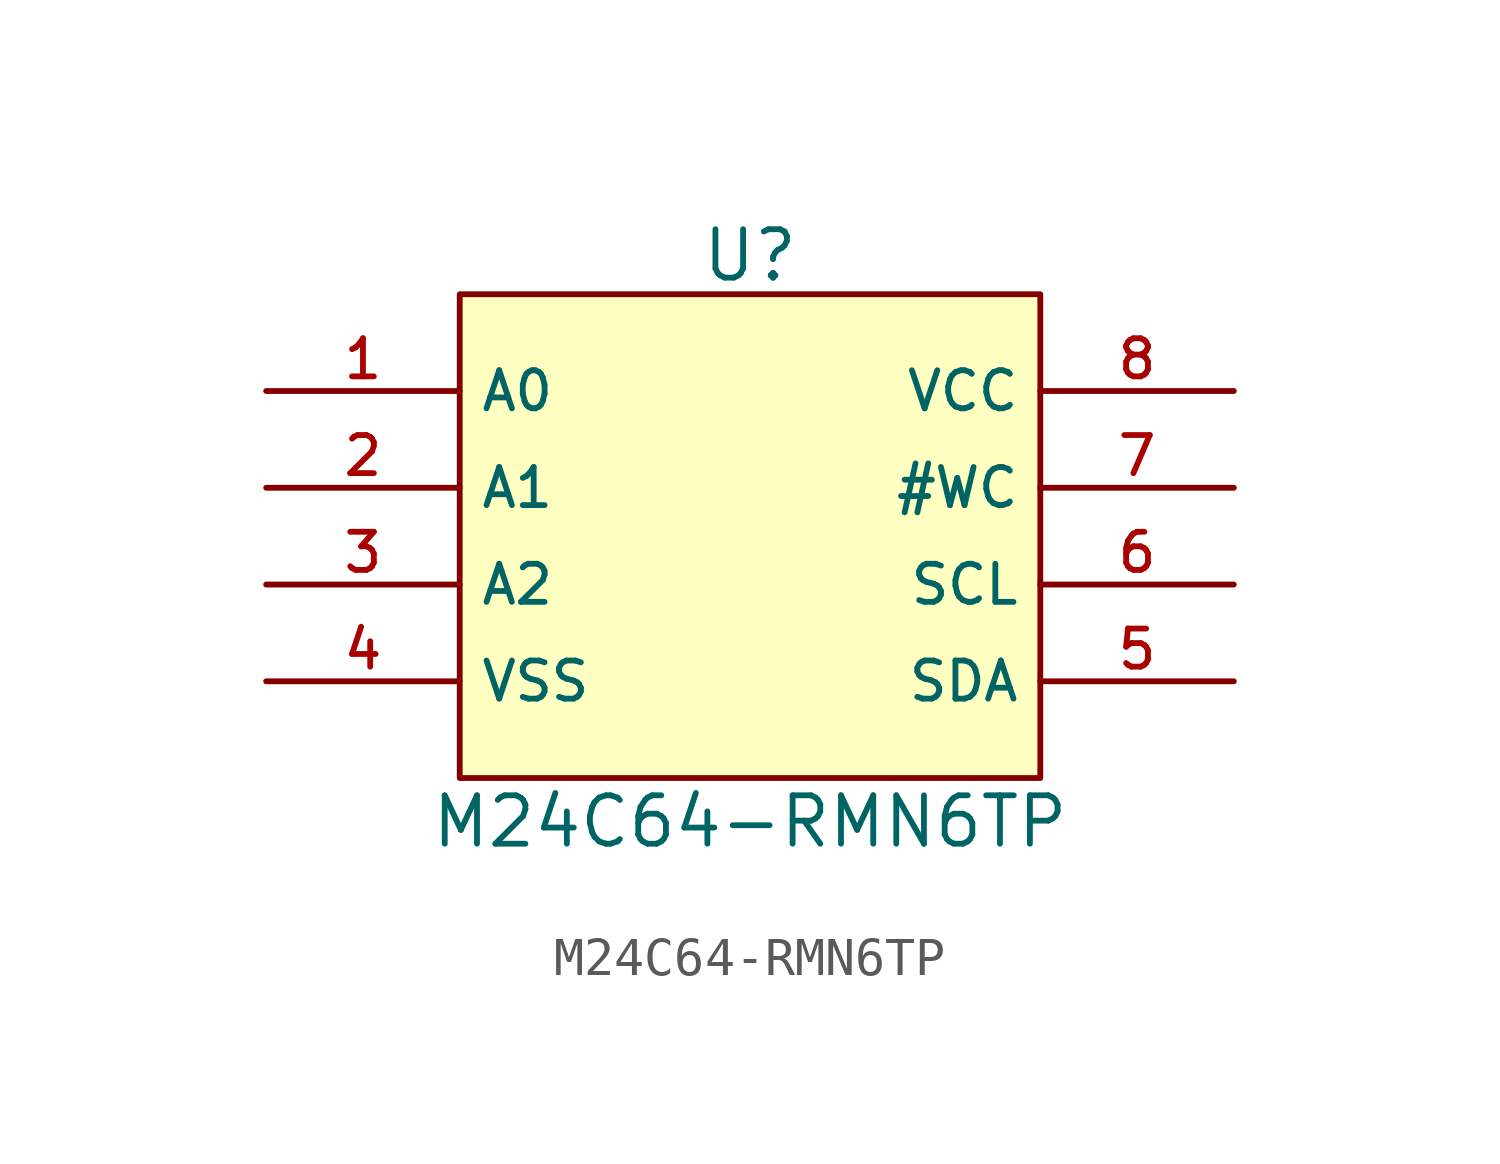
<source format=kicad_sym>
(kicad_symbol_lib
  (version 20220914)
  (generator kicad_symbol_editor)
  (symbol "M24C64-RMN6TP"
    (property "Reference" "U"
      (at 0 7.366 0)
      (effects (font (size 1.27 1.27))))
    (property "Value" "M24C64-RMN6TP"
      (at 0 -7.493 0)
      (effects (font (size 1.27 1.27))))
    (symbol "M24C64-RMN6TP_0_1"
      (rectangle (start -7.62 6.35) (end 7.62 -6.35) (stroke (width 0) (type default)) (fill (type background)))
      (pin unspecified line (at -12.7 3.81 0) (length 5.08) (name "A0" (effects (font (size 1 1)))) (number "1" (effects (font (size 1 1)))))
      (pin unspecified line (at -12.7 1.27 0) (length 5.08) (name "A1" (effects (font (size 1 1)))) (number "2" (effects (font (size 1 1)))))
      (pin unspecified line (at -12.7 -1.27 0) (length 5.08) (name "A2" (effects (font (size 1 1)))) (number "3" (effects (font (size 1 1)))))
      (pin power_in line (at -12.7 -3.81 0) (length 5.08) (name "VSS" (effects (font (size 1 1)))) (number "4" (effects (font (size 1 1)))))
      (pin bidirectional line (at 12.7 -3.81 180) (length 5.08) (name "SDA" (effects (font (size 1 1)))) (number "5" (effects (font (size 1 1)))))
      (pin unspecified line (at 12.7 -1.27 180) (length 5.08) (name "SCL" (effects (font (size 1 1)))) (number "6" (effects (font (size 1 1)))))
      (pin unspecified line (at 12.7 1.27 180) (length 5.08) (name "#WC" (effects (font (size 1 1)))) (number "7" (effects (font (size 1 1)))))
      (pin power_in line (at 12.7 3.81 180) (length 5.08) (name "VCC" (effects (font (size 1 1)))) (number "8" (effects (font (size 1 1))))))))
</source>
